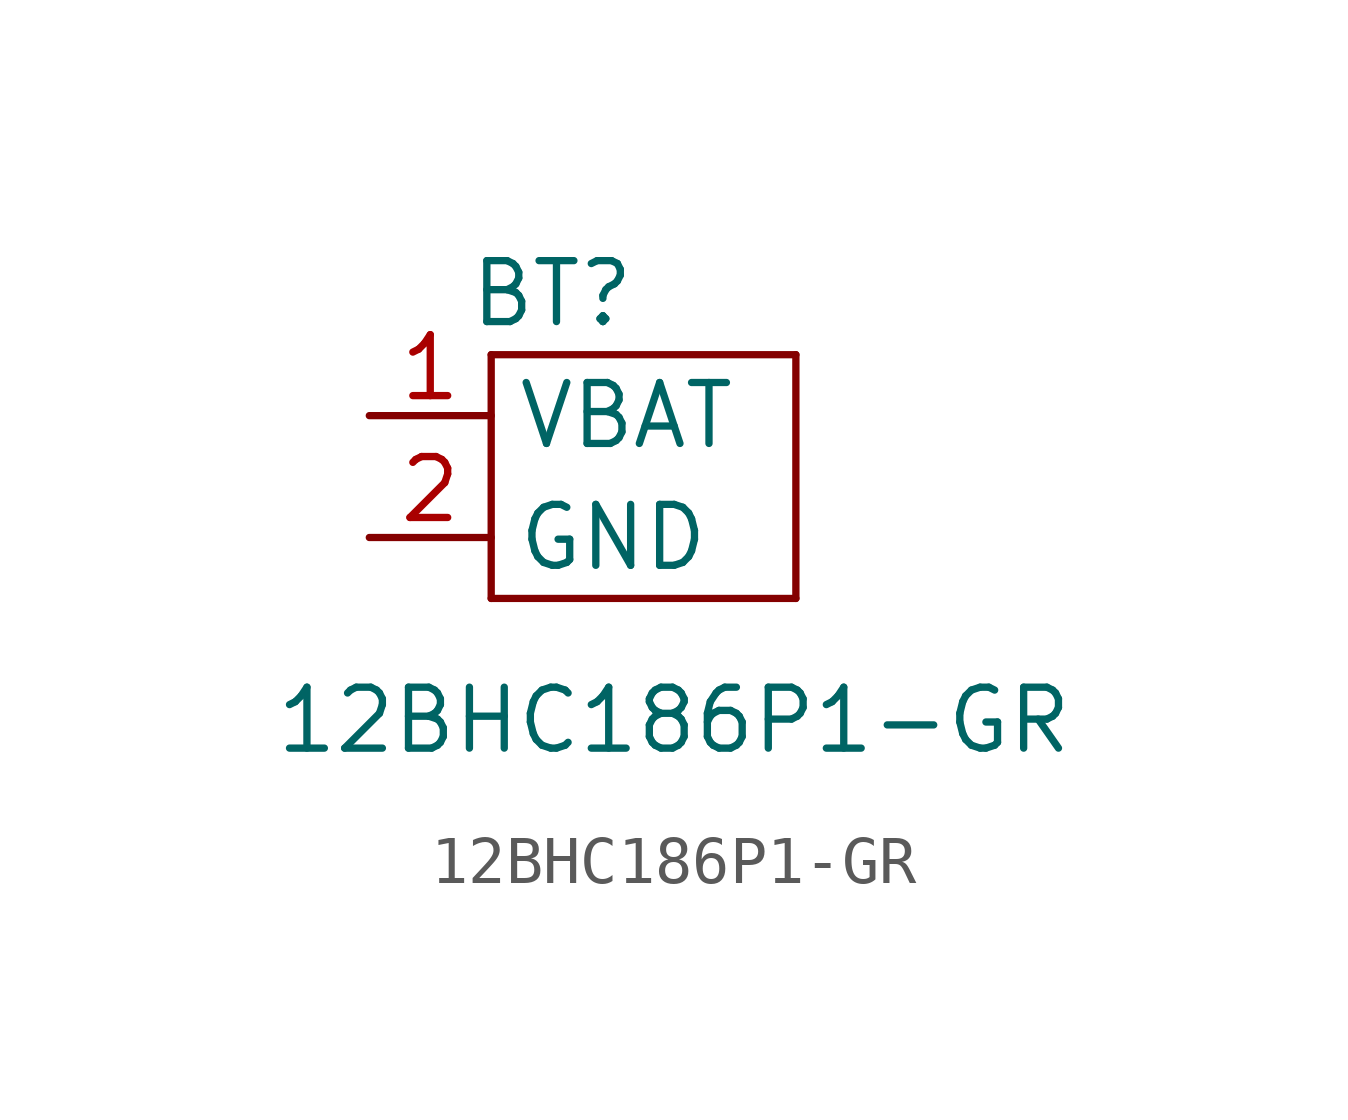
<source format=kicad_sym>
(kicad_symbol_lib
  (version 20211014)
  (generator kicad_symbol_editor)
  (symbol "12BHC186P1-GR"
    (power)
    (property "Reference" "BT"
      (at 1.27 5.08 0)
      (effects (font (size 1.27 1.27))))
    (property "Value" "12BHC186P1-GR"
      (at 3.81 -3.81 0)
      (effects (font (size 1.27 1.27))))
    (symbol "12BHC186P1-GR_0_1"
      (rectangle (start 0 3.81) (end 0 -1.27) (stroke (width 0) (type default) (color 0 0 0 0)) (fill (type none)))
      (rectangle (start 6.35 -1.27) (end 0 -1.27) (stroke (width 0) (type default) (color 0 0 0 0)) (fill (type none)))
      (rectangle (start 6.35 -1.27) (end 6.35 3.81) (stroke (width 0) (type default) (color 0 0 0 0)) (fill (type none)))
      (rectangle (start 6.35 3.81) (end 0 3.81) (stroke (width 0) (type default) (color 0 0 0 0)) (fill (type none))))
    (symbol "12BHC186P1-GR_1_1"
      (pin output line (at -2.54 2.54 0) (length 2.54) (name "VBAT" (effects (font (size 1.27 1.27)))) (number "1" (effects (font (size 1.27 1.27)))))
      (pin input line (at -2.54 0 0) (length 2.54) (name "GND" (effects (font (size 1.27 1.27)))) (number "2" (effects (font (size 1.27 1.27))))))))
</source>
